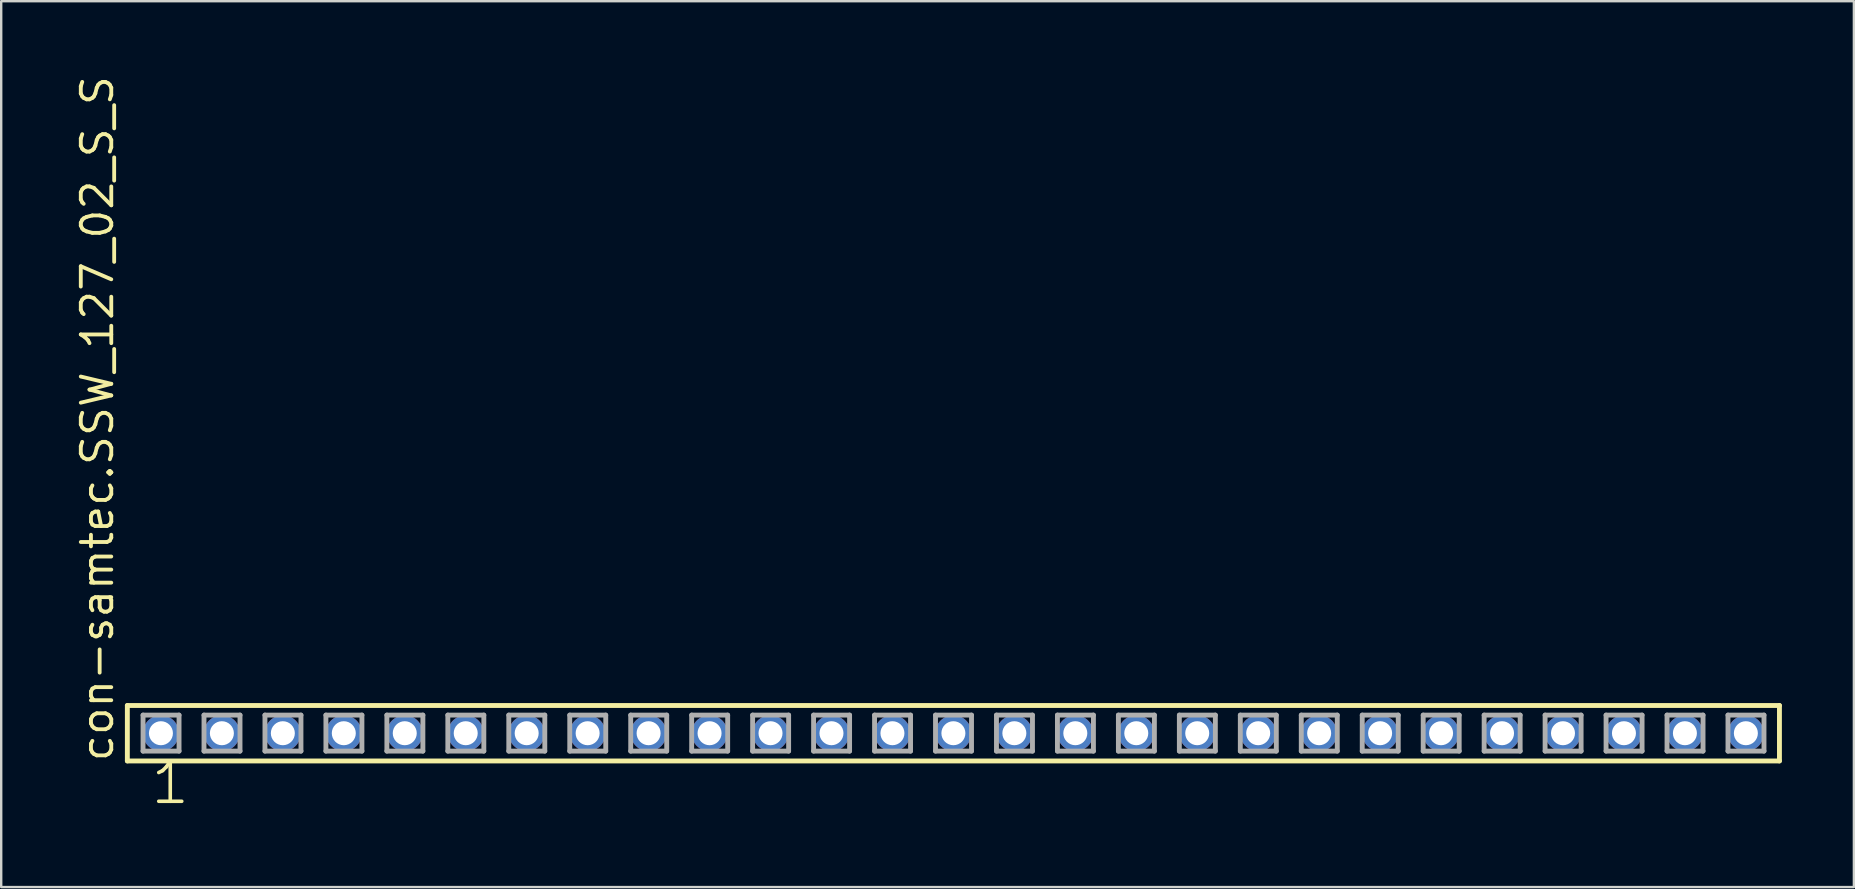
<source format=kicad_pcb>
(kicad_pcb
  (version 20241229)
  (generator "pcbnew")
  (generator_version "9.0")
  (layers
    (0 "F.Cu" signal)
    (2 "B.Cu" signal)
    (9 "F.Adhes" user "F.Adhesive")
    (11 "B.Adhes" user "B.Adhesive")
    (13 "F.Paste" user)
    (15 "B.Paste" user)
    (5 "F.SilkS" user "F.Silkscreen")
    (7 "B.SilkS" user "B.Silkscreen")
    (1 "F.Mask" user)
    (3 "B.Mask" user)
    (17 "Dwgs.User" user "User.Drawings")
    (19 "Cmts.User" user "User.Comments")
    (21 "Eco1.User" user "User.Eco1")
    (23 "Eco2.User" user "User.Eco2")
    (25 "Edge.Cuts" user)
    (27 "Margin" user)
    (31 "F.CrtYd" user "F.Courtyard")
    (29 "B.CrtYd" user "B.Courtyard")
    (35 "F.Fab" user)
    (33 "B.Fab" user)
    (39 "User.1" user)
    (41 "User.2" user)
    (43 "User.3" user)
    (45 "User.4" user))
  (footprint "con-samtec.SSW_127_02_S_S"
    (layer "F.Cu")
    (at 36.675 27.501)
    (property "Reference" "con-samtec.SSW_127_02_S_S" (at -34.925 1.27 90) (layer "F.SilkS") (effects (font (size 1.27 1.27) (thickness 0.16)) (justify left bottom)))
    (attr through_hole)
    (fp_line (start -34.419 -1.155) (end 34.419 -1.155) (stroke (width 0.203) (type default)) (layer "F.SilkS"))
    (fp_line (start -34.419 1.155) (end -34.419 -1.155) (stroke (width 0.203) (type default)) (layer "F.SilkS"))
    (fp_line (start 34.419 -1.155) (end 34.419 1.155) (stroke (width 0.203) (type default)) (layer "F.SilkS"))
    (fp_line (start 34.419 1.155) (end -34.419 1.155) (stroke (width 0.203) (type default)) (layer "F.SilkS"))
    (fp_line (start -33.765 -0.755) (end -32.265 -0.755) (stroke (width 0.203) (type default)) (layer "F.Fab"))
    (fp_line (start -33.765 0.745) (end -33.765 -0.755) (stroke (width 0.203) (type default)) (layer "F.Fab"))
    (fp_line (start -32.265 -0.755) (end -32.265 0.745) (stroke (width 0.203) (type default)) (layer "F.Fab"))
    (fp_line (start -32.265 0.745) (end -33.765 0.745) (stroke (width 0.203) (type default)) (layer "F.Fab"))
    (fp_line (start -31.225 -0.755) (end -29.725 -0.755) (stroke (width 0.203) (type default)) (layer "F.Fab"))
    (fp_line (start -31.225 0.745) (end -31.225 -0.755) (stroke (width 0.203) (type default)) (layer "F.Fab"))
    (fp_line (start -29.725 -0.755) (end -29.725 0.745) (stroke (width 0.203) (type default)) (layer "F.Fab"))
    (fp_line (start -29.725 0.745) (end -31.225 0.745) (stroke (width 0.203) (type default)) (layer "F.Fab"))
    (fp_line (start -28.685 -0.755) (end -27.185 -0.755) (stroke (width 0.203) (type default)) (layer "F.Fab"))
    (fp_line (start -28.685 0.745) (end -28.685 -0.755) (stroke (width 0.203) (type default)) (layer "F.Fab"))
    (fp_line (start -27.185 -0.755) (end -27.185 0.745) (stroke (width 0.203) (type default)) (layer "F.Fab"))
    (fp_line (start -27.185 0.745) (end -28.685 0.745) (stroke (width 0.203) (type default)) (layer "F.Fab"))
    (fp_line (start -26.145 -0.755) (end -24.645 -0.755) (stroke (width 0.203) (type default)) (layer "F.Fab"))
    (fp_line (start -26.145 0.745) (end -26.145 -0.755) (stroke (width 0.203) (type default)) (layer "F.Fab"))
    (fp_line (start -24.645 -0.755) (end -24.645 0.745) (stroke (width 0.203) (type default)) (layer "F.Fab"))
    (fp_line (start -24.645 0.745) (end -26.145 0.745) (stroke (width 0.203) (type default)) (layer "F.Fab"))
    (fp_line (start -23.605 -0.755) (end -22.105 -0.755) (stroke (width 0.203) (type default)) (layer "F.Fab"))
    (fp_line (start -23.605 0.745) (end -23.605 -0.755) (stroke (width 0.203) (type default)) (layer "F.Fab"))
    (fp_line (start -22.105 -0.755) (end -22.105 0.745) (stroke (width 0.203) (type default)) (layer "F.Fab"))
    (fp_line (start -22.105 0.745) (end -23.605 0.745) (stroke (width 0.203) (type default)) (layer "F.Fab"))
    (fp_line (start -21.065 -0.755) (end -19.565 -0.755) (stroke (width 0.203) (type default)) (layer "F.Fab"))
    (fp_line (start -21.065 0.745) (end -21.065 -0.755) (stroke (width 0.203) (type default)) (layer "F.Fab"))
    (fp_line (start -19.565 -0.755) (end -19.565 0.745) (stroke (width 0.203) (type default)) (layer "F.Fab"))
    (fp_line (start -19.565 0.745) (end -21.065 0.745) (stroke (width 0.203) (type default)) (layer "F.Fab"))
    (fp_line (start -18.525 -0.755) (end -17.025 -0.755) (stroke (width 0.203) (type default)) (layer "F.Fab"))
    (fp_line (start -18.525 0.745) (end -18.525 -0.755) (stroke (width 0.203) (type default)) (layer "F.Fab"))
    (fp_line (start -17.025 -0.755) (end -17.025 0.745) (stroke (width 0.203) (type default)) (layer "F.Fab"))
    (fp_line (start -17.025 0.745) (end -18.525 0.745) (stroke (width 0.203) (type default)) (layer "F.Fab"))
    (fp_line (start -15.985 -0.755) (end -14.485 -0.755) (stroke (width 0.203) (type default)) (layer "F.Fab"))
    (fp_line (start -15.985 0.745) (end -15.985 -0.755) (stroke (width 0.203) (type default)) (layer "F.Fab"))
    (fp_line (start -14.485 -0.755) (end -14.485 0.745) (stroke (width 0.203) (type default)) (layer "F.Fab"))
    (fp_line (start -14.485 0.745) (end -15.985 0.745) (stroke (width 0.203) (type default)) (layer "F.Fab"))
    (fp_line (start -13.445 -0.755) (end -11.945 -0.755) (stroke (width 0.203) (type default)) (layer "F.Fab"))
    (fp_line (start -13.445 0.745) (end -13.445 -0.755) (stroke (width 0.203) (type default)) (layer "F.Fab"))
    (fp_line (start -11.945 -0.755) (end -11.945 0.745) (stroke (width 0.203) (type default)) (layer "F.Fab"))
    (fp_line (start -11.945 0.745) (end -13.445 0.745) (stroke (width 0.203) (type default)) (layer "F.Fab"))
    (fp_line (start -10.905 -0.755) (end -9.405 -0.755) (stroke (width 0.203) (type default)) (layer "F.Fab"))
    (fp_line (start -10.905 0.745) (end -10.905 -0.755) (stroke (width 0.203) (type default)) (layer "F.Fab"))
    (fp_line (start -9.405 -0.755) (end -9.405 0.745) (stroke (width 0.203) (type default)) (layer "F.Fab"))
    (fp_line (start -9.405 0.745) (end -10.905 0.745) (stroke (width 0.203) (type default)) (layer "F.Fab"))
    (fp_line (start -8.365 -0.755) (end -6.865 -0.755) (stroke (width 0.203) (type default)) (layer "F.Fab"))
    (fp_line (start -8.365 0.745) (end -8.365 -0.755) (stroke (width 0.203) (type default)) (layer "F.Fab"))
    (fp_line (start -6.865 -0.755) (end -6.865 0.745) (stroke (width 0.203) (type default)) (layer "F.Fab"))
    (fp_line (start -6.865 0.745) (end -8.365 0.745) (stroke (width 0.203) (type default)) (layer "F.Fab"))
    (fp_line (start -5.825 -0.755) (end -4.325 -0.755) (stroke (width 0.203) (type default)) (layer "F.Fab"))
    (fp_line (start -5.825 0.745) (end -5.825 -0.755) (stroke (width 0.203) (type default)) (layer "F.Fab"))
    (fp_line (start -4.325 -0.755) (end -4.325 0.745) (stroke (width 0.203) (type default)) (layer "F.Fab"))
    (fp_line (start -4.325 0.745) (end -5.825 0.745) (stroke (width 0.203) (type default)) (layer "F.Fab"))
    (fp_line (start -3.285 -0.755) (end -1.785 -0.755) (stroke (width 0.203) (type default)) (layer "F.Fab"))
    (fp_line (start -3.285 0.745) (end -3.285 -0.755) (stroke (width 0.203) (type default)) (layer "F.Fab"))
    (fp_line (start -1.785 -0.755) (end -1.785 0.745) (stroke (width 0.203) (type default)) (layer "F.Fab"))
    (fp_line (start -1.785 0.745) (end -3.285 0.745) (stroke (width 0.203) (type default)) (layer "F.Fab"))
    (fp_line (start -0.745 -0.755) (end 0.755 -0.755) (stroke (width 0.203) (type default)) (layer "F.Fab"))
    (fp_line (start -0.745 0.745) (end -0.745 -0.755) (stroke (width 0.203) (type default)) (layer "F.Fab"))
    (fp_line (start 0.755 -0.755) (end 0.755 0.745) (stroke (width 0.203) (type default)) (layer "F.Fab"))
    (fp_line (start 0.755 0.745) (end -0.745 0.745) (stroke (width 0.203) (type default)) (layer "F.Fab"))
    (fp_line (start 1.795 -0.755) (end 3.295 -0.755) (stroke (width 0.203) (type default)) (layer "F.Fab"))
    (fp_line (start 1.795 0.745) (end 1.795 -0.755) (stroke (width 0.203) (type default)) (layer "F.Fab"))
    (fp_line (start 3.295 -0.755) (end 3.295 0.745) (stroke (width 0.203) (type default)) (layer "F.Fab"))
    (fp_line (start 3.295 0.745) (end 1.795 0.745) (stroke (width 0.203) (type default)) (layer "F.Fab"))
    (fp_line (start 4.335 -0.755) (end 5.835 -0.755) (stroke (width 0.203) (type default)) (layer "F.Fab"))
    (fp_line (start 4.335 0.745) (end 4.335 -0.755) (stroke (width 0.203) (type default)) (layer "F.Fab"))
    (fp_line (start 5.835 -0.755) (end 5.835 0.745) (stroke (width 0.203) (type default)) (layer "F.Fab"))
    (fp_line (start 5.835 0.745) (end 4.335 0.745) (stroke (width 0.203) (type default)) (layer "F.Fab"))
    (fp_line (start 6.875 -0.755) (end 8.375 -0.755) (stroke (width 0.203) (type default)) (layer "F.Fab"))
    (fp_line (start 6.875 0.745) (end 6.875 -0.755) (stroke (width 0.203) (type default)) (layer "F.Fab"))
    (fp_line (start 8.375 -0.755) (end 8.375 0.745) (stroke (width 0.203) (type default)) (layer "F.Fab"))
    (fp_line (start 8.375 0.745) (end 6.875 0.745) (stroke (width 0.203) (type default)) (layer "F.Fab"))
    (fp_line (start 9.415 -0.755) (end 10.915 -0.755) (stroke (width 0.203) (type default)) (layer "F.Fab"))
    (fp_line (start 9.415 0.745) (end 9.415 -0.755) (stroke (width 0.203) (type default)) (layer "F.Fab"))
    (fp_line (start 10.915 -0.755) (end 10.915 0.745) (stroke (width 0.203) (type default)) (layer "F.Fab"))
    (fp_line (start 10.915 0.745) (end 9.415 0.745) (stroke (width 0.203) (type default)) (layer "F.Fab"))
    (fp_line (start 11.955 -0.755) (end 13.455 -0.755) (stroke (width 0.203) (type default)) (layer "F.Fab"))
    (fp_line (start 11.955 0.745) (end 11.955 -0.755) (stroke (width 0.203) (type default)) (layer "F.Fab"))
    (fp_line (start 13.455 -0.755) (end 13.455 0.745) (stroke (width 0.203) (type default)) (layer "F.Fab"))
    (fp_line (start 13.455 0.745) (end 11.955 0.745) (stroke (width 0.203) (type default)) (layer "F.Fab"))
    (fp_line (start 14.495 -0.755) (end 15.995 -0.755) (stroke (width 0.203) (type default)) (layer "F.Fab"))
    (fp_line (start 14.495 0.745) (end 14.495 -0.755) (stroke (width 0.203) (type default)) (layer "F.Fab"))
    (fp_line (start 15.995 -0.755) (end 15.995 0.745) (stroke (width 0.203) (type default)) (layer "F.Fab"))
    (fp_line (start 15.995 0.745) (end 14.495 0.745) (stroke (width 0.203) (type default)) (layer "F.Fab"))
    (fp_line (start 17.035 -0.755) (end 18.535 -0.755) (stroke (width 0.203) (type default)) (layer "F.Fab"))
    (fp_line (start 17.035 0.745) (end 17.035 -0.755) (stroke (width 0.203) (type default)) (layer "F.Fab"))
    (fp_line (start 18.535 -0.755) (end 18.535 0.745) (stroke (width 0.203) (type default)) (layer "F.Fab"))
    (fp_line (start 18.535 0.745) (end 17.035 0.745) (stroke (width 0.203) (type default)) (layer "F.Fab"))
    (fp_line (start 19.575 -0.755) (end 21.075 -0.755) (stroke (width 0.203) (type default)) (layer "F.Fab"))
    (fp_line (start 19.575 0.745) (end 19.575 -0.755) (stroke (width 0.203) (type default)) (layer "F.Fab"))
    (fp_line (start 21.075 -0.755) (end 21.075 0.745) (stroke (width 0.203) (type default)) (layer "F.Fab"))
    (fp_line (start 21.075 0.745) (end 19.575 0.745) (stroke (width 0.203) (type default)) (layer "F.Fab"))
    (fp_line (start 22.115 -0.755) (end 23.615 -0.755) (stroke (width 0.203) (type default)) (layer "F.Fab"))
    (fp_line (start 22.115 0.745) (end 22.115 -0.755) (stroke (width 0.203) (type default)) (layer "F.Fab"))
    (fp_line (start 23.615 -0.755) (end 23.615 0.745) (stroke (width 0.203) (type default)) (layer "F.Fab"))
    (fp_line (start 23.615 0.745) (end 22.115 0.745) (stroke (width 0.203) (type default)) (layer "F.Fab"))
    (fp_line (start 24.655 -0.755) (end 26.155 -0.755) (stroke (width 0.203) (type default)) (layer "F.Fab"))
    (fp_line (start 24.655 0.745) (end 24.655 -0.755) (stroke (width 0.203) (type default)) (layer "F.Fab"))
    (fp_line (start 26.155 -0.755) (end 26.155 0.745) (stroke (width 0.203) (type default)) (layer "F.Fab"))
    (fp_line (start 26.155 0.745) (end 24.655 0.745) (stroke (width 0.203) (type default)) (layer "F.Fab"))
    (fp_line (start 27.195 -0.755) (end 28.695 -0.755) (stroke (width 0.203) (type default)) (layer "F.Fab"))
    (fp_line (start 27.195 0.745) (end 27.195 -0.755) (stroke (width 0.203) (type default)) (layer "F.Fab"))
    (fp_line (start 28.695 -0.755) (end 28.695 0.745) (stroke (width 0.203) (type default)) (layer "F.Fab"))
    (fp_line (start 28.695 0.745) (end 27.195 0.745) (stroke (width 0.203) (type default)) (layer "F.Fab"))
    (fp_line (start 29.735 -0.755) (end 31.235 -0.755) (stroke (width 0.203) (type default)) (layer "F.Fab"))
    (fp_line (start 29.735 0.745) (end 29.735 -0.755) (stroke (width 0.203) (type default)) (layer "F.Fab"))
    (fp_line (start 31.235 -0.755) (end 31.235 0.745) (stroke (width 0.203) (type default)) (layer "F.Fab"))
    (fp_line (start 31.235 0.745) (end 29.735 0.745) (stroke (width 0.203) (type default)) (layer "F.Fab"))
    (fp_line (start 32.275 -0.755) (end 33.775 -0.755) (stroke (width 0.203) (type default)) (layer "F.Fab"))
    (fp_line (start 32.275 0.745) (end 32.275 -0.755) (stroke (width 0.203) (type default)) (layer "F.Fab"))
    (fp_line (start 33.775 -0.755) (end 33.775 0.745) (stroke (width 0.203) (type default)) (layer "F.Fab"))
    (fp_line (start 33.775 0.745) (end 32.275 0.745) (stroke (width 0.203) (type default)) (layer "F.Fab"))
    (fp_text user "1" (at -33.528 3.048 0) (layer "F.SilkS") (effects (font (size 1.676 1.676) (thickness 0.15)) (justify left bottom)))
    (pad "1" thru_hole circle (at -33.02 0) (size 1.5 1.5) (drill 1) (layers "*.Cu" "*.Mask"))
    (pad "2" thru_hole circle (at -30.48 0) (size 1.5 1.5) (drill 1) (layers "*.Cu" "*.Mask"))
    (pad "3" thru_hole circle (at -27.94 0) (size 1.5 1.5) (drill 1) (layers "*.Cu" "*.Mask"))
    (pad "4" thru_hole circle (at -25.4 0) (size 1.5 1.5) (drill 1) (layers "*.Cu" "*.Mask"))
    (pad "5" thru_hole circle (at -22.86 0) (size 1.5 1.5) (drill 1) (layers "*.Cu" "*.Mask"))
    (pad "6" thru_hole circle (at -20.32 0) (size 1.5 1.5) (drill 1) (layers "*.Cu" "*.Mask"))
    (pad "7" thru_hole circle (at -17.78 0) (size 1.5 1.5) (drill 1) (layers "*.Cu" "*.Mask"))
    (pad "8" thru_hole circle (at -15.24 0) (size 1.5 1.5) (drill 1) (layers "*.Cu" "*.Mask"))
    (pad "9" thru_hole circle (at -12.7 0) (size 1.5 1.5) (drill 1) (layers "*.Cu" "*.Mask"))
    (pad "10" thru_hole circle (at -10.16 0) (size 1.5 1.5) (drill 1) (layers "*.Cu" "*.Mask"))
    (pad "11" thru_hole circle (at -7.62 0) (size 1.5 1.5) (drill 1) (layers "*.Cu" "*.Mask"))
    (pad "12" thru_hole circle (at -5.08 0) (size 1.5 1.5) (drill 1) (layers "*.Cu" "*.Mask"))
    (pad "13" thru_hole circle (at -2.54 0) (size 1.5 1.5) (drill 1) (layers "*.Cu" "*.Mask"))
    (pad "14" thru_hole circle (at 0 0) (size 1.5 1.5) (drill 1) (layers "*.Cu" "*.Mask"))
    (pad "15" thru_hole circle (at 2.54 0) (size 1.5 1.5) (drill 1) (layers "*.Cu" "*.Mask"))
    (pad "16" thru_hole circle (at 5.08 0) (size 1.5 1.5) (drill 1) (layers "*.Cu" "*.Mask"))
    (pad "17" thru_hole circle (at 7.62 0) (size 1.5 1.5) (drill 1) (layers "*.Cu" "*.Mask"))
    (pad "18" thru_hole circle (at 10.16 0) (size 1.5 1.5) (drill 1) (layers "*.Cu" "*.Mask"))
    (pad "19" thru_hole circle (at 12.7 0) (size 1.5 1.5) (drill 1) (layers "*.Cu" "*.Mask"))
    (pad "20" thru_hole circle (at 15.24 0) (size 1.5 1.5) (drill 1) (layers "*.Cu" "*.Mask"))
    (pad "21" thru_hole circle (at 17.78 0) (size 1.5 1.5) (drill 1) (layers "*.Cu" "*.Mask"))
    (pad "22" thru_hole circle (at 20.32 0) (size 1.5 1.5) (drill 1) (layers "*.Cu" "*.Mask"))
    (pad "23" thru_hole circle (at 22.86 0) (size 1.5 1.5) (drill 1) (layers "*.Cu" "*.Mask"))
    (pad "24" thru_hole circle (at 25.4 0) (size 1.5 1.5) (drill 1) (layers "*.Cu" "*.Mask"))
    (pad "25" thru_hole circle (at 27.94 0) (size 1.5 1.5) (drill 1) (layers "*.Cu" "*.Mask"))
    (pad "26" thru_hole circle (at 30.48 0) (size 1.5 1.5) (drill 1) (layers "*.Cu" "*.Mask"))
    (pad "27" thru_hole circle (at 33.02 0) (size 1.5 1.5) (drill 1) (layers "*.Cu" "*.Mask")))
  (gr_rect
    (start -3 -3)
    (end 74.196 33.91)
    (stroke (width 0.1) (type default))
    (fill no)
    (layer "Edge.Cuts")))
</source>
